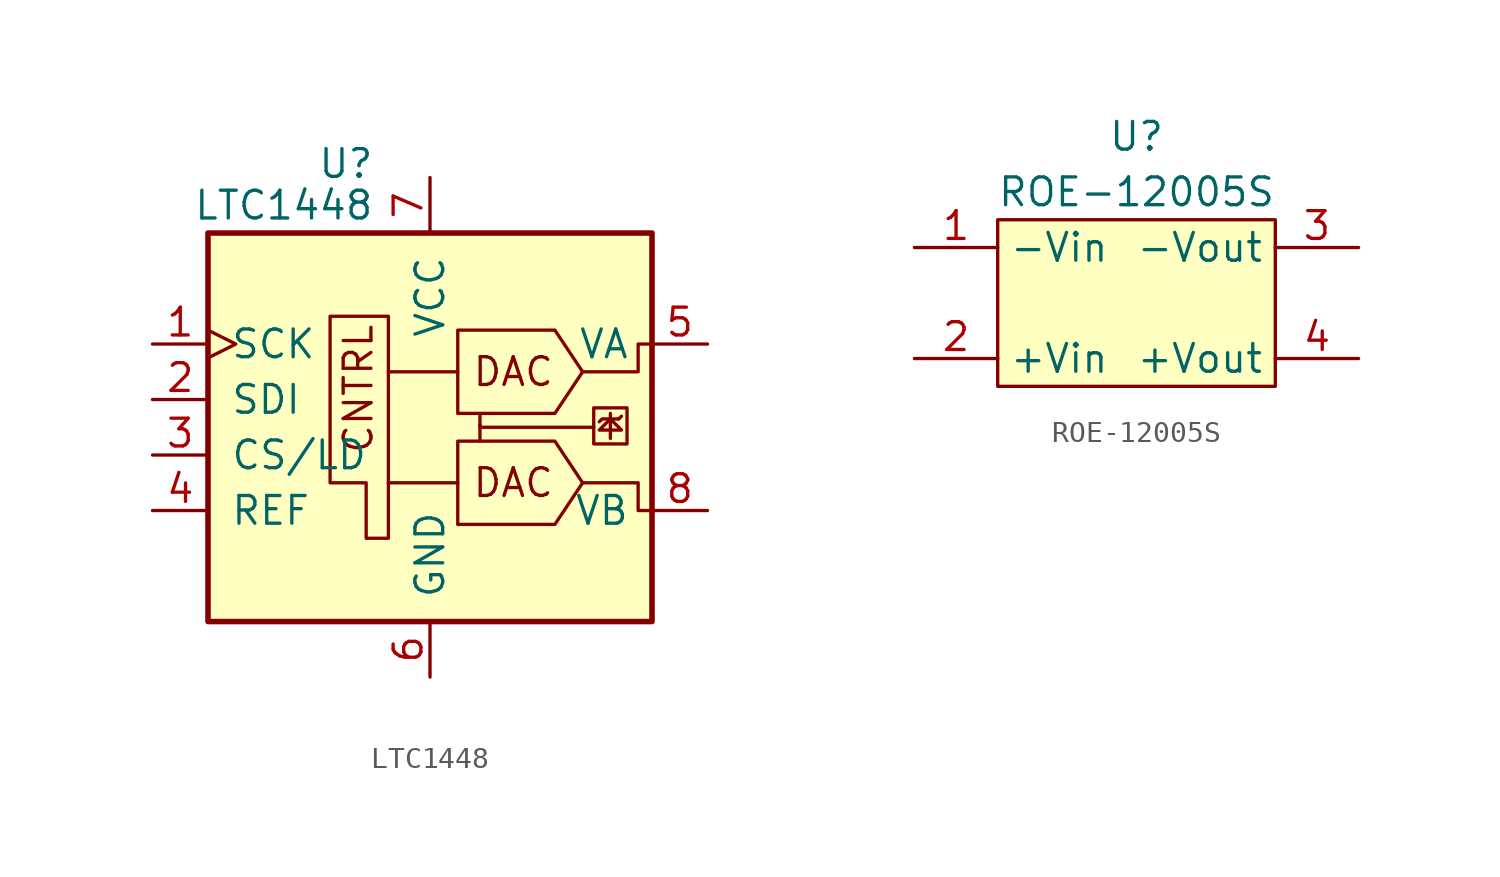
<source format=kicad_sym>
(kicad_symbol_lib
  (version 20211014)
  (generator kicad_symbol_editor)
  (symbol "LTC1448"
    (pin_names
      (offset 1.016))
    (property "Reference" "U"
      (at -2.54 10.795 0)
      (effects (font (size 1.27 1.27)) (justify right)))
    (property "Value" "LTC1448"
      (at -2.54 8.89 0)
      (effects (font (size 1.27 1.27)) (justify right)))
    (symbol "LTC1448_0_0"
      (polyline (pts (xy 2.286 -1.143) (xy 2.286 -1.905)) (stroke (width 0) (type default) (color 0 0 0 0)) (fill (type none)))
      (polyline (pts (xy 8.255 -1.778) (xy 8.255 -0.635)) (stroke (width 0) (type default) (color 0 0 0 0)) (fill (type none)))
      (polyline (pts (xy 8.636 -0.889) (xy 8.763 -0.762)) (stroke (width 0) (type default) (color 0 0 0 0)) (fill (type none)))
      (polyline (pts (xy 7.493 -1.27) (xy 2.286 -1.27) (xy 2.286 -0.635)) (stroke (width 0) (type default) (color 0 0 0 0)) (fill (type none)))
      (polyline (pts (xy 8.636 -0.889) (xy 7.874 -0.889) (xy 7.747 -1.016)) (stroke (width 0) (type default) (color 0 0 0 0)) (fill (type none)))
      (polyline (pts (xy 6.985 -3.81) (xy 9.525 -3.81) (xy 9.525 -5.08) (xy 10.16 -5.08)) (stroke (width 0) (type default) (color 0 0 0 0)) (fill (type none)))
      (polyline (pts (xy 6.985 1.27) (xy 9.525 1.27) (xy 9.525 2.54) (xy 10.16 2.54)) (stroke (width 0) (type default) (color 0 0 0 0)) (fill (type none)))
      (polyline (pts (xy 8.255 -0.889) (xy 8.763 -1.397) (xy 7.747 -1.397) (xy 8.255 -0.889)) (stroke (width 0) (type default) (color 0 0 0 0)) (fill (type none)))
      (rectangle (start 9.017 -0.381) (end 7.493 -2.032) (stroke (width 0) (type default) (color 0 0 0 0)) (fill (type none)))
      (text "CNTRL" (at -2.54 -2.54 900) (effects (font (size 1.27 1.27)) (justify left bottom)))
      (text "DAC" (at 3.81 -3.81 0) (effects (font (size 1.27 1.27))))
      (text "DAC" (at 3.81 1.27 0) (effects (font (size 1.27 1.27)))))
    (symbol "LTC1448_0_1"
      (rectangle (start -10.16 7.62) (end 10.16 -10.16) (stroke (width 0.254) (type default) (color 0 0 0 0)) (fill (type background)))
      (polyline (pts (xy 1.27 -3.81) (xy -1.905 -3.81)) (stroke (width 0) (type default) (color 0 0 0 0)) (fill (type none)))
      (polyline (pts (xy 1.27 1.27) (xy -1.905 1.27)) (stroke (width 0) (type default) (color 0 0 0 0)) (fill (type none)))
      (polyline (pts (xy 6.985 -3.81) (xy 5.715 -1.905) (xy 1.27 -1.905) (xy 1.27 -5.715) (xy 5.715 -5.715) (xy 6.985 -3.81)) (stroke (width 0) (type default) (color 0 0 0 0)) (fill (type none)))
      (polyline (pts (xy 6.985 1.27) (xy 5.715 3.175) (xy 1.27 3.175) (xy 1.27 -0.635) (xy 5.715 -0.635) (xy 6.985 1.27)) (stroke (width 0) (type default) (color 0 0 0 0)) (fill (type none)))
      (polyline (pts (xy -1.905 3.81) (xy -4.572 3.81) (xy -4.572 -3.81) (xy -2.921 -3.81) (xy -2.921 -6.35) (xy -1.905 -6.35) (xy -1.905 3.81)) (stroke (width 0) (type default) (color 0 0 0 0)) (fill (type none))))
    (symbol "LTC1448_1_1"
      (pin input clock (at -12.7 2.54 0) (length 2.54) (name "SCK" (effects (font (size 1.27 1.27)))) (number "1" (effects (font (size 1.27 1.27)))))
      (pin input line (at -12.7 0 0) (length 2.54) (name "SDI" (effects (font (size 1.27 1.27)))) (number "2" (effects (font (size 1.27 1.27)))))
      (pin input line (at -12.7 -2.54 0) (length 2.54) (name "CS/LD" (effects (font (size 1.27 1.27)))) (number "3" (effects (font (size 1.27 1.27)))))
      (pin input line (at -12.7 -5.08 0) (length 2.54) (name "REF" (effects (font (size 1.27 1.27)))) (number "4" (effects (font (size 1.27 1.27)))))
      (pin output line (at 12.7 2.54 180) (length 2.54) (name "VA" (effects (font (size 1.27 1.27)))) (number "5" (effects (font (size 1.27 1.27)))))
      (pin power_in line (at 0 -12.7 90) (length 2.54) (name "GND" (effects (font (size 1.27 1.27)))) (number "6" (effects (font (size 1.27 1.27)))))
      (pin power_in line (at 0 10.16 270) (length 2.54) (name "VCC" (effects (font (size 1.27 1.27)))) (number "7" (effects (font (size 1.27 1.27)))))
      (pin output line (at 12.7 -5.08 180) (length 2.54) (name "VB" (effects (font (size 1.27 1.27)))) (number "8" (effects (font (size 1.27 1.27)))))))
  (symbol "ROE-12005S"
    (property "Reference" "U"
      (at 0 7.62 0)
      (effects (font (size 1.27 1.27))))
    (property "Value" "ROE-12005S"
      (at 0 5.08 0)
      (effects (font (size 1.27 1.27))))
    (symbol "ROE-12005S_0_1"
      (rectangle (start -6.35 3.81) (end 6.35 -3.81) (stroke (width 0) (type default) (color 0 0 0 0)) (fill (type background))))
    (symbol "ROE-12005S_1_1"
      (pin power_in line (at -10.16 2.54 0) (length 3.81) (name "-Vin" (effects (font (size 1.27 1.27)))) (number "1" (effects (font (size 1.27 1.27)))))
      (pin power_in line (at -10.16 -2.54 0) (length 3.81) (name "+Vin" (effects (font (size 1.27 1.27)))) (number "2" (effects (font (size 1.27 1.27)))))
      (pin power_out line (at 10.16 2.54 180) (length 3.81) (name "-Vout" (effects (font (size 1.27 1.27)))) (number "3" (effects (font (size 1.27 1.27)))))
      (pin power_out line (at 10.16 -2.54 180) (length 3.81) (name "+Vout" (effects (font (size 1.27 1.27)))) (number "4" (effects (font (size 1.27 1.27))))))))
</source>
